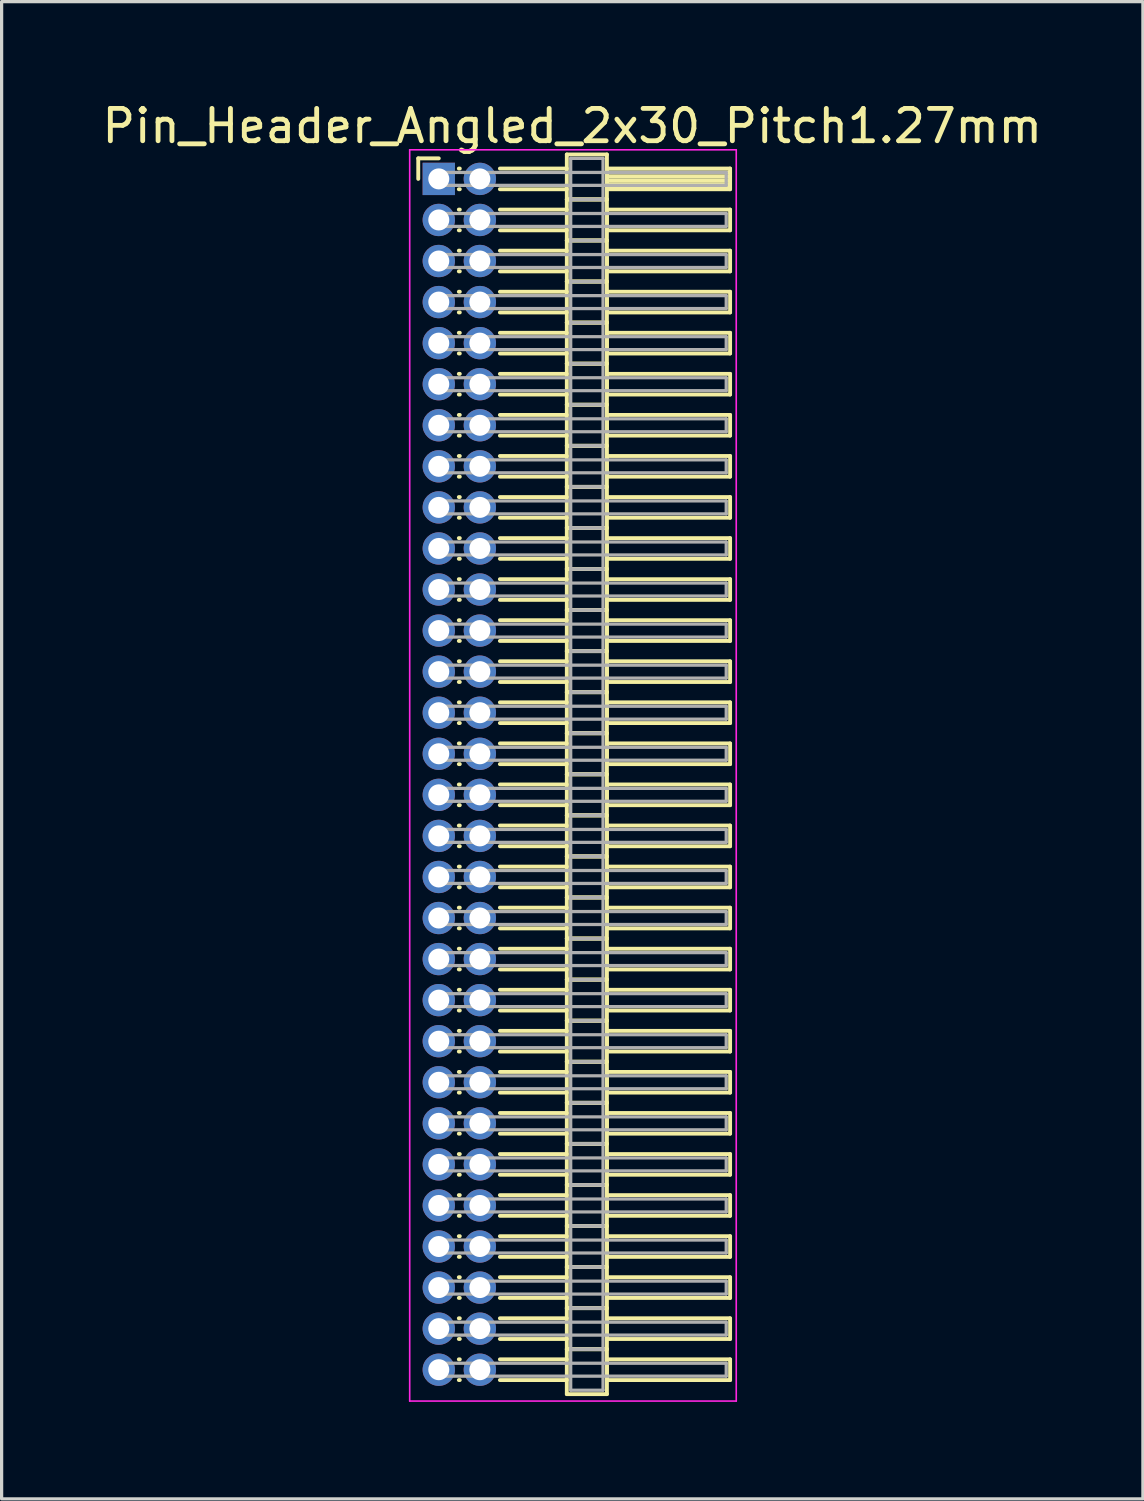
<source format=kicad_pcb>
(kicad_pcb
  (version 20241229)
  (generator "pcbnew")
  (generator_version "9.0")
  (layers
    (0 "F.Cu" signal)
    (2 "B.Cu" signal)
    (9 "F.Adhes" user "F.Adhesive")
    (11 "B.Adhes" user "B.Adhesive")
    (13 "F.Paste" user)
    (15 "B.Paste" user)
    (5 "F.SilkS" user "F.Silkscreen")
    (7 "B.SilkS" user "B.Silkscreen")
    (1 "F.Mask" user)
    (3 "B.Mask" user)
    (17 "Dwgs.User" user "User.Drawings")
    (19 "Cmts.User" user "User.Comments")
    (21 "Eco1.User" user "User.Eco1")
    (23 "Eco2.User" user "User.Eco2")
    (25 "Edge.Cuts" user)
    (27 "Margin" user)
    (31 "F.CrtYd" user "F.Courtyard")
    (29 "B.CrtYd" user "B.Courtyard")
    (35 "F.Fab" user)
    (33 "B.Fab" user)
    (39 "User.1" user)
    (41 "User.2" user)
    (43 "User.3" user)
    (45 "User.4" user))
  (footprint "Pin_Header_Angled_2x30_Pitch1.27mm"
    (layer "F.Cu")
    (at 10.521 2.483)
    (property "Reference" "Pin_Header_Angled_2x30_Pitch1.27mm" (at 4.128 -1.635 0) (layer "F.SilkS") (effects (font (size 1 1) (thickness 0.15))))
    (attr through_hole)
    (fp_line (start -0.635 -0.635) (end 0 -0.635) (stroke (width 0.12) (type solid)) (layer "F.SilkS"))
    (fp_line (start -0.635 0) (end -0.635 -0.635) (stroke (width 0.12) (type solid)) (layer "F.SilkS"))
    (fp_line (start 0.62 -0.32) (end 0.65 -0.32) (stroke (width 0.12) (type solid)) (layer "F.SilkS"))
    (fp_line (start 0.62 0.32) (end 0.65 0.32) (stroke (width 0.12) (type solid)) (layer "F.SilkS"))
    (fp_line (start 0.62 0.95) (end 0.65 0.95) (stroke (width 0.12) (type solid)) (layer "F.SilkS"))
    (fp_line (start 0.62 1.59) (end 0.65 1.59) (stroke (width 0.12) (type solid)) (layer "F.SilkS"))
    (fp_line (start 0.62 2.22) (end 0.65 2.22) (stroke (width 0.12) (type solid)) (layer "F.SilkS"))
    (fp_line (start 0.62 2.86) (end 0.65 2.86) (stroke (width 0.12) (type solid)) (layer "F.SilkS"))
    (fp_line (start 0.62 3.49) (end 0.65 3.49) (stroke (width 0.12) (type solid)) (layer "F.SilkS"))
    (fp_line (start 0.62 4.13) (end 0.65 4.13) (stroke (width 0.12) (type solid)) (layer "F.SilkS"))
    (fp_line (start 0.62 4.76) (end 0.65 4.76) (stroke (width 0.12) (type solid)) (layer "F.SilkS"))
    (fp_line (start 0.62 5.4) (end 0.65 5.4) (stroke (width 0.12) (type solid)) (layer "F.SilkS"))
    (fp_line (start 0.62 6.03) (end 0.65 6.03) (stroke (width 0.12) (type solid)) (layer "F.SilkS"))
    (fp_line (start 0.62 6.67) (end 0.65 6.67) (stroke (width 0.12) (type solid)) (layer "F.SilkS"))
    (fp_line (start 0.62 7.3) (end 0.65 7.3) (stroke (width 0.12) (type solid)) (layer "F.SilkS"))
    (fp_line (start 0.62 7.94) (end 0.65 7.94) (stroke (width 0.12) (type solid)) (layer "F.SilkS"))
    (fp_line (start 0.62 8.57) (end 0.65 8.57) (stroke (width 0.12) (type solid)) (layer "F.SilkS"))
    (fp_line (start 0.62 9.21) (end 0.65 9.21) (stroke (width 0.12) (type solid)) (layer "F.SilkS"))
    (fp_line (start 0.62 9.84) (end 0.65 9.84) (stroke (width 0.12) (type solid)) (layer "F.SilkS"))
    (fp_line (start 0.62 10.48) (end 0.65 10.48) (stroke (width 0.12) (type solid)) (layer "F.SilkS"))
    (fp_line (start 0.62 11.11) (end 0.65 11.11) (stroke (width 0.12) (type solid)) (layer "F.SilkS"))
    (fp_line (start 0.62 11.75) (end 0.65 11.75) (stroke (width 0.12) (type solid)) (layer "F.SilkS"))
    (fp_line (start 0.62 12.38) (end 0.65 12.38) (stroke (width 0.12) (type solid)) (layer "F.SilkS"))
    (fp_line (start 0.62 13.02) (end 0.65 13.02) (stroke (width 0.12) (type solid)) (layer "F.SilkS"))
    (fp_line (start 0.62 13.65) (end 0.65 13.65) (stroke (width 0.12) (type solid)) (layer "F.SilkS"))
    (fp_line (start 0.62 14.29) (end 0.65 14.29) (stroke (width 0.12) (type solid)) (layer "F.SilkS"))
    (fp_line (start 0.62 14.92) (end 0.65 14.92) (stroke (width 0.12) (type solid)) (layer "F.SilkS"))
    (fp_line (start 0.62 15.56) (end 0.65 15.56) (stroke (width 0.12) (type solid)) (layer "F.SilkS"))
    (fp_line (start 0.62 16.19) (end 0.65 16.19) (stroke (width 0.12) (type solid)) (layer "F.SilkS"))
    (fp_line (start 0.62 16.83) (end 0.65 16.83) (stroke (width 0.12) (type solid)) (layer "F.SilkS"))
    (fp_line (start 0.62 17.46) (end 0.65 17.46) (stroke (width 0.12) (type solid)) (layer "F.SilkS"))
    (fp_line (start 0.62 18.1) (end 0.65 18.1) (stroke (width 0.12) (type solid)) (layer "F.SilkS"))
    (fp_line (start 0.62 18.73) (end 0.65 18.73) (stroke (width 0.12) (type solid)) (layer "F.SilkS"))
    (fp_line (start 0.62 19.37) (end 0.65 19.37) (stroke (width 0.12) (type solid)) (layer "F.SilkS"))
    (fp_line (start 0.62 20) (end 0.65 20) (stroke (width 0.12) (type solid)) (layer "F.SilkS"))
    (fp_line (start 0.62 20.64) (end 0.65 20.64) (stroke (width 0.12) (type solid)) (layer "F.SilkS"))
    (fp_line (start 0.62 21.27) (end 0.65 21.27) (stroke (width 0.12) (type solid)) (layer "F.SilkS"))
    (fp_line (start 0.62 21.91) (end 0.65 21.91) (stroke (width 0.12) (type solid)) (layer "F.SilkS"))
    (fp_line (start 0.62 22.54) (end 0.65 22.54) (stroke (width 0.12) (type solid)) (layer "F.SilkS"))
    (fp_line (start 0.62 23.18) (end 0.65 23.18) (stroke (width 0.12) (type solid)) (layer "F.SilkS"))
    (fp_line (start 0.62 23.81) (end 0.65 23.81) (stroke (width 0.12) (type solid)) (layer "F.SilkS"))
    (fp_line (start 0.62 24.45) (end 0.65 24.45) (stroke (width 0.12) (type solid)) (layer "F.SilkS"))
    (fp_line (start 0.62 25.08) (end 0.65 25.08) (stroke (width 0.12) (type solid)) (layer "F.SilkS"))
    (fp_line (start 0.62 25.72) (end 0.65 25.72) (stroke (width 0.12) (type solid)) (layer "F.SilkS"))
    (fp_line (start 0.62 26.35) (end 0.65 26.35) (stroke (width 0.12) (type solid)) (layer "F.SilkS"))
    (fp_line (start 0.62 26.99) (end 0.65 26.99) (stroke (width 0.12) (type solid)) (layer "F.SilkS"))
    (fp_line (start 0.62 27.62) (end 0.65 27.62) (stroke (width 0.12) (type solid)) (layer "F.SilkS"))
    (fp_line (start 0.62 28.26) (end 0.65 28.26) (stroke (width 0.12) (type solid)) (layer "F.SilkS"))
    (fp_line (start 0.62 28.89) (end 0.65 28.89) (stroke (width 0.12) (type solid)) (layer "F.SilkS"))
    (fp_line (start 0.62 29.53) (end 0.65 29.53) (stroke (width 0.12) (type solid)) (layer "F.SilkS"))
    (fp_line (start 0.62 30.16) (end 0.65 30.16) (stroke (width 0.12) (type solid)) (layer "F.SilkS"))
    (fp_line (start 0.62 30.8) (end 0.65 30.8) (stroke (width 0.12) (type solid)) (layer "F.SilkS"))
    (fp_line (start 0.62 31.43) (end 0.65 31.43) (stroke (width 0.12) (type solid)) (layer "F.SilkS"))
    (fp_line (start 0.62 32.07) (end 0.65 32.07) (stroke (width 0.12) (type solid)) (layer "F.SilkS"))
    (fp_line (start 0.62 32.7) (end 0.65 32.7) (stroke (width 0.12) (type solid)) (layer "F.SilkS"))
    (fp_line (start 0.62 33.34) (end 0.65 33.34) (stroke (width 0.12) (type solid)) (layer "F.SilkS"))
    (fp_line (start 0.62 33.97) (end 0.65 33.97) (stroke (width 0.12) (type solid)) (layer "F.SilkS"))
    (fp_line (start 0.62 34.61) (end 0.65 34.61) (stroke (width 0.12) (type solid)) (layer "F.SilkS"))
    (fp_line (start 0.62 35.24) (end 0.65 35.24) (stroke (width 0.12) (type solid)) (layer "F.SilkS"))
    (fp_line (start 0.62 35.88) (end 0.65 35.88) (stroke (width 0.12) (type solid)) (layer "F.SilkS"))
    (fp_line (start 0.62 36.51) (end 0.65 36.51) (stroke (width 0.12) (type solid)) (layer "F.SilkS"))
    (fp_line (start 0.62 37.15) (end 0.65 37.15) (stroke (width 0.12) (type solid)) (layer "F.SilkS"))
    (fp_line (start 1.89 -0.32) (end 3.96 -0.32) (stroke (width 0.12) (type solid)) (layer "F.SilkS"))
    (fp_line (start 1.89 0.32) (end 3.96 0.32) (stroke (width 0.12) (type solid)) (layer "F.SilkS"))
    (fp_line (start 1.89 0.95) (end 3.96 0.95) (stroke (width 0.12) (type solid)) (layer "F.SilkS"))
    (fp_line (start 1.89 1.59) (end 3.96 1.59) (stroke (width 0.12) (type solid)) (layer "F.SilkS"))
    (fp_line (start 1.89 2.22) (end 3.96 2.22) (stroke (width 0.12) (type solid)) (layer "F.SilkS"))
    (fp_line (start 1.89 2.86) (end 3.96 2.86) (stroke (width 0.12) (type solid)) (layer "F.SilkS"))
    (fp_line (start 1.89 3.49) (end 3.96 3.49) (stroke (width 0.12) (type solid)) (layer "F.SilkS"))
    (fp_line (start 1.89 4.13) (end 3.96 4.13) (stroke (width 0.12) (type solid)) (layer "F.SilkS"))
    (fp_line (start 1.89 4.76) (end 3.96 4.76) (stroke (width 0.12) (type solid)) (layer "F.SilkS"))
    (fp_line (start 1.89 5.4) (end 3.96 5.4) (stroke (width 0.12) (type solid)) (layer "F.SilkS"))
    (fp_line (start 1.89 6.03) (end 3.96 6.03) (stroke (width 0.12) (type solid)) (layer "F.SilkS"))
    (fp_line (start 1.89 6.67) (end 3.96 6.67) (stroke (width 0.12) (type solid)) (layer "F.SilkS"))
    (fp_line (start 1.89 7.3) (end 3.96 7.3) (stroke (width 0.12) (type solid)) (layer "F.SilkS"))
    (fp_line (start 1.89 7.94) (end 3.96 7.94) (stroke (width 0.12) (type solid)) (layer "F.SilkS"))
    (fp_line (start 1.89 8.57) (end 3.96 8.57) (stroke (width 0.12) (type solid)) (layer "F.SilkS"))
    (fp_line (start 1.89 9.21) (end 3.96 9.21) (stroke (width 0.12) (type solid)) (layer "F.SilkS"))
    (fp_line (start 1.89 9.84) (end 3.96 9.84) (stroke (width 0.12) (type solid)) (layer "F.SilkS"))
    (fp_line (start 1.89 10.48) (end 3.96 10.48) (stroke (width 0.12) (type solid)) (layer "F.SilkS"))
    (fp_line (start 1.89 11.11) (end 3.96 11.11) (stroke (width 0.12) (type solid)) (layer "F.SilkS"))
    (fp_line (start 1.89 11.75) (end 3.96 11.75) (stroke (width 0.12) (type solid)) (layer "F.SilkS"))
    (fp_line (start 1.89 12.38) (end 3.96 12.38) (stroke (width 0.12) (type solid)) (layer "F.SilkS"))
    (fp_line (start 1.89 13.02) (end 3.96 13.02) (stroke (width 0.12) (type solid)) (layer "F.SilkS"))
    (fp_line (start 1.89 13.65) (end 3.96 13.65) (stroke (width 0.12) (type solid)) (layer "F.SilkS"))
    (fp_line (start 1.89 14.29) (end 3.96 14.29) (stroke (width 0.12) (type solid)) (layer "F.SilkS"))
    (fp_line (start 1.89 14.92) (end 3.96 14.92) (stroke (width 0.12) (type solid)) (layer "F.SilkS"))
    (fp_line (start 1.89 15.56) (end 3.96 15.56) (stroke (width 0.12) (type solid)) (layer "F.SilkS"))
    (fp_line (start 1.89 16.19) (end 3.96 16.19) (stroke (width 0.12) (type solid)) (layer "F.SilkS"))
    (fp_line (start 1.89 16.83) (end 3.96 16.83) (stroke (width 0.12) (type solid)) (layer "F.SilkS"))
    (fp_line (start 1.89 17.46) (end 3.96 17.46) (stroke (width 0.12) (type solid)) (layer "F.SilkS"))
    (fp_line (start 1.89 18.1) (end 3.96 18.1) (stroke (width 0.12) (type solid)) (layer "F.SilkS"))
    (fp_line (start 1.89 18.73) (end 3.96 18.73) (stroke (width 0.12) (type solid)) (layer "F.SilkS"))
    (fp_line (start 1.89 19.37) (end 3.96 19.37) (stroke (width 0.12) (type solid)) (layer "F.SilkS"))
    (fp_line (start 1.89 20) (end 3.96 20) (stroke (width 0.12) (type solid)) (layer "F.SilkS"))
    (fp_line (start 1.89 20.64) (end 3.96 20.64) (stroke (width 0.12) (type solid)) (layer "F.SilkS"))
    (fp_line (start 1.89 21.27) (end 3.96 21.27) (stroke (width 0.12) (type solid)) (layer "F.SilkS"))
    (fp_line (start 1.89 21.91) (end 3.96 21.91) (stroke (width 0.12) (type solid)) (layer "F.SilkS"))
    (fp_line (start 1.89 22.54) (end 3.96 22.54) (stroke (width 0.12) (type solid)) (layer "F.SilkS"))
    (fp_line (start 1.89 23.18) (end 3.96 23.18) (stroke (width 0.12) (type solid)) (layer "F.SilkS"))
    (fp_line (start 1.89 23.81) (end 3.96 23.81) (stroke (width 0.12) (type solid)) (layer "F.SilkS"))
    (fp_line (start 1.89 24.45) (end 3.96 24.45) (stroke (width 0.12) (type solid)) (layer "F.SilkS"))
    (fp_line (start 1.89 25.08) (end 3.96 25.08) (stroke (width 0.12) (type solid)) (layer "F.SilkS"))
    (fp_line (start 1.89 25.72) (end 3.96 25.72) (stroke (width 0.12) (type solid)) (layer "F.SilkS"))
    (fp_line (start 1.89 26.35) (end 3.96 26.35) (stroke (width 0.12) (type solid)) (layer "F.SilkS"))
    (fp_line (start 1.89 26.99) (end 3.96 26.99) (stroke (width 0.12) (type solid)) (layer "F.SilkS"))
    (fp_line (start 1.89 27.62) (end 3.96 27.62) (stroke (width 0.12) (type solid)) (layer "F.SilkS"))
    (fp_line (start 1.89 28.26) (end 3.96 28.26) (stroke (width 0.12) (type solid)) (layer "F.SilkS"))
    (fp_line (start 1.89 28.89) (end 3.96 28.89) (stroke (width 0.12) (type solid)) (layer "F.SilkS"))
    (fp_line (start 1.89 29.53) (end 3.96 29.53) (stroke (width 0.12) (type solid)) (layer "F.SilkS"))
    (fp_line (start 1.89 30.16) (end 3.96 30.16) (stroke (width 0.12) (type solid)) (layer "F.SilkS"))
    (fp_line (start 1.89 30.8) (end 3.96 30.8) (stroke (width 0.12) (type solid)) (layer "F.SilkS"))
    (fp_line (start 1.89 31.43) (end 3.96 31.43) (stroke (width 0.12) (type solid)) (layer "F.SilkS"))
    (fp_line (start 1.89 32.07) (end 3.96 32.07) (stroke (width 0.12) (type solid)) (layer "F.SilkS"))
    (fp_line (start 1.89 32.7) (end 3.96 32.7) (stroke (width 0.12) (type solid)) (layer "F.SilkS"))
    (fp_line (start 1.89 33.34) (end 3.96 33.34) (stroke (width 0.12) (type solid)) (layer "F.SilkS"))
    (fp_line (start 1.89 33.97) (end 3.96 33.97) (stroke (width 0.12) (type solid)) (layer "F.SilkS"))
    (fp_line (start 1.89 34.61) (end 3.96 34.61) (stroke (width 0.12) (type solid)) (layer "F.SilkS"))
    (fp_line (start 1.89 35.24) (end 3.96 35.24) (stroke (width 0.12) (type solid)) (layer "F.SilkS"))
    (fp_line (start 1.89 35.88) (end 3.96 35.88) (stroke (width 0.12) (type solid)) (layer "F.SilkS"))
    (fp_line (start 1.89 36.51) (end 3.96 36.51) (stroke (width 0.12) (type solid)) (layer "F.SilkS"))
    (fp_line (start 1.89 37.15) (end 3.96 37.15) (stroke (width 0.12) (type solid)) (layer "F.SilkS"))
    (fp_line (start 3.96 -0.755) (end 3.96 0.635) (stroke (width 0.12) (type solid)) (layer "F.SilkS"))
    (fp_line (start 3.96 0.635) (end 3.96 1.905) (stroke (width 0.12) (type solid)) (layer "F.SilkS"))
    (fp_line (start 3.96 0.635) (end 5.2 0.635) (stroke (width 0.12) (type solid)) (layer "F.SilkS"))
    (fp_line (start 3.96 1.905) (end 3.96 3.175) (stroke (width 0.12) (type solid)) (layer "F.SilkS"))
    (fp_line (start 3.96 1.905) (end 5.2 1.905) (stroke (width 0.12) (type solid)) (layer "F.SilkS"))
    (fp_line (start 3.96 3.175) (end 3.96 4.445) (stroke (width 0.12) (type solid)) (layer "F.SilkS"))
    (fp_line (start 3.96 3.175) (end 5.2 3.175) (stroke (width 0.12) (type solid)) (layer "F.SilkS"))
    (fp_line (start 3.96 4.445) (end 3.96 5.715) (stroke (width 0.12) (type solid)) (layer "F.SilkS"))
    (fp_line (start 3.96 4.445) (end 5.2 4.445) (stroke (width 0.12) (type solid)) (layer "F.SilkS"))
    (fp_line (start 3.96 5.715) (end 3.96 6.985) (stroke (width 0.12) (type solid)) (layer "F.SilkS"))
    (fp_line (start 3.96 5.715) (end 5.2 5.715) (stroke (width 0.12) (type solid)) (layer "F.SilkS"))
    (fp_line (start 3.96 6.985) (end 3.96 8.255) (stroke (width 0.12) (type solid)) (layer "F.SilkS"))
    (fp_line (start 3.96 6.985) (end 5.2 6.985) (stroke (width 0.12) (type solid)) (layer "F.SilkS"))
    (fp_line (start 3.96 8.255) (end 3.96 9.525) (stroke (width 0.12) (type solid)) (layer "F.SilkS"))
    (fp_line (start 3.96 8.255) (end 5.2 8.255) (stroke (width 0.12) (type solid)) (layer "F.SilkS"))
    (fp_line (start 3.96 9.525) (end 3.96 10.795) (stroke (width 0.12) (type solid)) (layer "F.SilkS"))
    (fp_line (start 3.96 9.525) (end 5.2 9.525) (stroke (width 0.12) (type solid)) (layer "F.SilkS"))
    (fp_line (start 3.96 10.795) (end 3.96 12.065) (stroke (width 0.12) (type solid)) (layer "F.SilkS"))
    (fp_line (start 3.96 10.795) (end 5.2 10.795) (stroke (width 0.12) (type solid)) (layer "F.SilkS"))
    (fp_line (start 3.96 12.065) (end 3.96 13.335) (stroke (width 0.12) (type solid)) (layer "F.SilkS"))
    (fp_line (start 3.96 12.065) (end 5.2 12.065) (stroke (width 0.12) (type solid)) (layer "F.SilkS"))
    (fp_line (start 3.96 13.335) (end 3.96 14.605) (stroke (width 0.12) (type solid)) (layer "F.SilkS"))
    (fp_line (start 3.96 13.335) (end 5.2 13.335) (stroke (width 0.12) (type solid)) (layer "F.SilkS"))
    (fp_line (start 3.96 14.605) (end 3.96 15.875) (stroke (width 0.12) (type solid)) (layer "F.SilkS"))
    (fp_line (start 3.96 14.605) (end 5.2 14.605) (stroke (width 0.12) (type solid)) (layer "F.SilkS"))
    (fp_line (start 3.96 15.875) (end 3.96 17.145) (stroke (width 0.12) (type solid)) (layer "F.SilkS"))
    (fp_line (start 3.96 15.875) (end 5.2 15.875) (stroke (width 0.12) (type solid)) (layer "F.SilkS"))
    (fp_line (start 3.96 17.145) (end 3.96 18.415) (stroke (width 0.12) (type solid)) (layer "F.SilkS"))
    (fp_line (start 3.96 17.145) (end 5.2 17.145) (stroke (width 0.12) (type solid)) (layer "F.SilkS"))
    (fp_line (start 3.96 18.415) (end 3.96 19.685) (stroke (width 0.12) (type solid)) (layer "F.SilkS"))
    (fp_line (start 3.96 18.415) (end 5.2 18.415) (stroke (width 0.12) (type solid)) (layer "F.SilkS"))
    (fp_line (start 3.96 19.685) (end 3.96 20.955) (stroke (width 0.12) (type solid)) (layer "F.SilkS"))
    (fp_line (start 3.96 19.685) (end 5.2 19.685) (stroke (width 0.12) (type solid)) (layer "F.SilkS"))
    (fp_line (start 3.96 20.955) (end 3.96 22.225) (stroke (width 0.12) (type solid)) (layer "F.SilkS"))
    (fp_line (start 3.96 20.955) (end 5.2 20.955) (stroke (width 0.12) (type solid)) (layer "F.SilkS"))
    (fp_line (start 3.96 22.225) (end 3.96 23.495) (stroke (width 0.12) (type solid)) (layer "F.SilkS"))
    (fp_line (start 3.96 22.225) (end 5.2 22.225) (stroke (width 0.12) (type solid)) (layer "F.SilkS"))
    (fp_line (start 3.96 23.495) (end 3.96 24.765) (stroke (width 0.12) (type solid)) (layer "F.SilkS"))
    (fp_line (start 3.96 23.495) (end 5.2 23.495) (stroke (width 0.12) (type solid)) (layer "F.SilkS"))
    (fp_line (start 3.96 24.765) (end 3.96 26.035) (stroke (width 0.12) (type solid)) (layer "F.SilkS"))
    (fp_line (start 3.96 24.765) (end 5.2 24.765) (stroke (width 0.12) (type solid)) (layer "F.SilkS"))
    (fp_line (start 3.96 26.035) (end 3.96 27.305) (stroke (width 0.12) (type solid)) (layer "F.SilkS"))
    (fp_line (start 3.96 26.035) (end 5.2 26.035) (stroke (width 0.12) (type solid)) (layer "F.SilkS"))
    (fp_line (start 3.96 27.305) (end 3.96 28.575) (stroke (width 0.12) (type solid)) (layer "F.SilkS"))
    (fp_line (start 3.96 27.305) (end 5.2 27.305) (stroke (width 0.12) (type solid)) (layer "F.SilkS"))
    (fp_line (start 3.96 28.575) (end 3.96 29.845) (stroke (width 0.12) (type solid)) (layer "F.SilkS"))
    (fp_line (start 3.96 28.575) (end 5.2 28.575) (stroke (width 0.12) (type solid)) (layer "F.SilkS"))
    (fp_line (start 3.96 29.845) (end 3.96 31.115) (stroke (width 0.12) (type solid)) (layer "F.SilkS"))
    (fp_line (start 3.96 29.845) (end 5.2 29.845) (stroke (width 0.12) (type solid)) (layer "F.SilkS"))
    (fp_line (start 3.96 31.115) (end 3.96 32.385) (stroke (width 0.12) (type solid)) (layer "F.SilkS"))
    (fp_line (start 3.96 31.115) (end 5.2 31.115) (stroke (width 0.12) (type solid)) (layer "F.SilkS"))
    (fp_line (start 3.96 32.385) (end 3.96 33.655) (stroke (width 0.12) (type solid)) (layer "F.SilkS"))
    (fp_line (start 3.96 32.385) (end 5.2 32.385) (stroke (width 0.12) (type solid)) (layer "F.SilkS"))
    (fp_line (start 3.96 33.655) (end 3.96 34.925) (stroke (width 0.12) (type solid)) (layer "F.SilkS"))
    (fp_line (start 3.96 33.655) (end 5.2 33.655) (stroke (width 0.12) (type solid)) (layer "F.SilkS"))
    (fp_line (start 3.96 34.925) (end 3.96 36.195) (stroke (width 0.12) (type solid)) (layer "F.SilkS"))
    (fp_line (start 3.96 34.925) (end 5.2 34.925) (stroke (width 0.12) (type solid)) (layer "F.SilkS"))
    (fp_line (start 3.96 36.195) (end 3.96 37.585) (stroke (width 0.12) (type solid)) (layer "F.SilkS"))
    (fp_line (start 3.96 36.195) (end 5.2 36.195) (stroke (width 0.12) (type solid)) (layer "F.SilkS"))
    (fp_line (start 3.96 37.585) (end 5.2 37.585) (stroke (width 0.12) (type solid)) (layer "F.SilkS"))
    (fp_line (start 5.2 -0.755) (end 3.96 -0.755) (stroke (width 0.12) (type solid)) (layer "F.SilkS"))
    (fp_line (start 5.2 -0.32) (end 5.2 0.32) (stroke (width 0.12) (type solid)) (layer "F.SilkS"))
    (fp_line (start 5.2 -0.2) (end 9.01 -0.2) (stroke (width 0.12) (type solid)) (layer "F.SilkS"))
    (fp_line (start 5.2 -0.08) (end 9.01 -0.08) (stroke (width 0.12) (type solid)) (layer "F.SilkS"))
    (fp_line (start 5.2 0.04) (end 9.01 0.04) (stroke (width 0.12) (type solid)) (layer "F.SilkS"))
    (fp_line (start 5.2 0.16) (end 9.01 0.16) (stroke (width 0.12) (type solid)) (layer "F.SilkS"))
    (fp_line (start 5.2 0.28) (end 9.01 0.28) (stroke (width 0.12) (type solid)) (layer "F.SilkS"))
    (fp_line (start 5.2 0.32) (end 9.01 0.32) (stroke (width 0.12) (type solid)) (layer "F.SilkS"))
    (fp_line (start 5.2 0.635) (end 3.96 0.635) (stroke (width 0.12) (type solid)) (layer "F.SilkS"))
    (fp_line (start 5.2 0.635) (end 5.2 -0.755) (stroke (width 0.12) (type solid)) (layer "F.SilkS"))
    (fp_line (start 5.2 0.95) (end 5.2 1.59) (stroke (width 0.12) (type solid)) (layer "F.SilkS"))
    (fp_line (start 5.2 1.59) (end 9.01 1.59) (stroke (width 0.12) (type solid)) (layer "F.SilkS"))
    (fp_line (start 5.2 1.905) (end 3.96 1.905) (stroke (width 0.12) (type solid)) (layer "F.SilkS"))
    (fp_line (start 5.2 1.905) (end 5.2 0.635) (stroke (width 0.12) (type solid)) (layer "F.SilkS"))
    (fp_line (start 5.2 2.22) (end 5.2 2.86) (stroke (width 0.12) (type solid)) (layer "F.SilkS"))
    (fp_line (start 5.2 2.86) (end 9.01 2.86) (stroke (width 0.12) (type solid)) (layer "F.SilkS"))
    (fp_line (start 5.2 3.175) (end 3.96 3.175) (stroke (width 0.12) (type solid)) (layer "F.SilkS"))
    (fp_line (start 5.2 3.175) (end 5.2 1.905) (stroke (width 0.12) (type solid)) (layer "F.SilkS"))
    (fp_line (start 5.2 3.49) (end 5.2 4.13) (stroke (width 0.12) (type solid)) (layer "F.SilkS"))
    (fp_line (start 5.2 4.13) (end 9.01 4.13) (stroke (width 0.12) (type solid)) (layer "F.SilkS"))
    (fp_line (start 5.2 4.445) (end 3.96 4.445) (stroke (width 0.12) (type solid)) (layer "F.SilkS"))
    (fp_line (start 5.2 4.445) (end 5.2 3.175) (stroke (width 0.12) (type solid)) (layer "F.SilkS"))
    (fp_line (start 5.2 4.76) (end 5.2 5.4) (stroke (width 0.12) (type solid)) (layer "F.SilkS"))
    (fp_line (start 5.2 5.4) (end 9.01 5.4) (stroke (width 0.12) (type solid)) (layer "F.SilkS"))
    (fp_line (start 5.2 5.715) (end 3.96 5.715) (stroke (width 0.12) (type solid)) (layer "F.SilkS"))
    (fp_line (start 5.2 5.715) (end 5.2 4.445) (stroke (width 0.12) (type solid)) (layer "F.SilkS"))
    (fp_line (start 5.2 6.03) (end 5.2 6.67) (stroke (width 0.12) (type solid)) (layer "F.SilkS"))
    (fp_line (start 5.2 6.67) (end 9.01 6.67) (stroke (width 0.12) (type solid)) (layer "F.SilkS"))
    (fp_line (start 5.2 6.985) (end 3.96 6.985) (stroke (width 0.12) (type solid)) (layer "F.SilkS"))
    (fp_line (start 5.2 6.985) (end 5.2 5.715) (stroke (width 0.12) (type solid)) (layer "F.SilkS"))
    (fp_line (start 5.2 7.3) (end 5.2 7.94) (stroke (width 0.12) (type solid)) (layer "F.SilkS"))
    (fp_line (start 5.2 7.94) (end 9.01 7.94) (stroke (width 0.12) (type solid)) (layer "F.SilkS"))
    (fp_line (start 5.2 8.255) (end 3.96 8.255) (stroke (width 0.12) (type solid)) (layer "F.SilkS"))
    (fp_line (start 5.2 8.255) (end 5.2 6.985) (stroke (width 0.12) (type solid)) (layer "F.SilkS"))
    (fp_line (start 5.2 8.57) (end 5.2 9.21) (stroke (width 0.12) (type solid)) (layer "F.SilkS"))
    (fp_line (start 5.2 9.21) (end 9.01 9.21) (stroke (width 0.12) (type solid)) (layer "F.SilkS"))
    (fp_line (start 5.2 9.525) (end 3.96 9.525) (stroke (width 0.12) (type solid)) (layer "F.SilkS"))
    (fp_line (start 5.2 9.525) (end 5.2 8.255) (stroke (width 0.12) (type solid)) (layer "F.SilkS"))
    (fp_line (start 5.2 9.84) (end 5.2 10.48) (stroke (width 0.12) (type solid)) (layer "F.SilkS"))
    (fp_line (start 5.2 10.48) (end 9.01 10.48) (stroke (width 0.12) (type solid)) (layer "F.SilkS"))
    (fp_line (start 5.2 10.795) (end 3.96 10.795) (stroke (width 0.12) (type solid)) (layer "F.SilkS"))
    (fp_line (start 5.2 10.795) (end 5.2 9.525) (stroke (width 0.12) (type solid)) (layer "F.SilkS"))
    (fp_line (start 5.2 11.11) (end 5.2 11.75) (stroke (width 0.12) (type solid)) (layer "F.SilkS"))
    (fp_line (start 5.2 11.75) (end 9.01 11.75) (stroke (width 0.12) (type solid)) (layer "F.SilkS"))
    (fp_line (start 5.2 12.065) (end 3.96 12.065) (stroke (width 0.12) (type solid)) (layer "F.SilkS"))
    (fp_line (start 5.2 12.065) (end 5.2 10.795) (stroke (width 0.12) (type solid)) (layer "F.SilkS"))
    (fp_line (start 5.2 12.38) (end 5.2 13.02) (stroke (width 0.12) (type solid)) (layer "F.SilkS"))
    (fp_line (start 5.2 13.02) (end 9.01 13.02) (stroke (width 0.12) (type solid)) (layer "F.SilkS"))
    (fp_line (start 5.2 13.335) (end 3.96 13.335) (stroke (width 0.12) (type solid)) (layer "F.SilkS"))
    (fp_line (start 5.2 13.335) (end 5.2 12.065) (stroke (width 0.12) (type solid)) (layer "F.SilkS"))
    (fp_line (start 5.2 13.65) (end 5.2 14.29) (stroke (width 0.12) (type solid)) (layer "F.SilkS"))
    (fp_line (start 5.2 14.29) (end 9.01 14.29) (stroke (width 0.12) (type solid)) (layer "F.SilkS"))
    (fp_line (start 5.2 14.605) (end 3.96 14.605) (stroke (width 0.12) (type solid)) (layer "F.SilkS"))
    (fp_line (start 5.2 14.605) (end 5.2 13.335) (stroke (width 0.12) (type solid)) (layer "F.SilkS"))
    (fp_line (start 5.2 14.92) (end 5.2 15.56) (stroke (width 0.12) (type solid)) (layer "F.SilkS"))
    (fp_line (start 5.2 15.56) (end 9.01 15.56) (stroke (width 0.12) (type solid)) (layer "F.SilkS"))
    (fp_line (start 5.2 15.875) (end 3.96 15.875) (stroke (width 0.12) (type solid)) (layer "F.SilkS"))
    (fp_line (start 5.2 15.875) (end 5.2 14.605) (stroke (width 0.12) (type solid)) (layer "F.SilkS"))
    (fp_line (start 5.2 16.19) (end 5.2 16.83) (stroke (width 0.12) (type solid)) (layer "F.SilkS"))
    (fp_line (start 5.2 16.83) (end 9.01 16.83) (stroke (width 0.12) (type solid)) (layer "F.SilkS"))
    (fp_line (start 5.2 17.145) (end 3.96 17.145) (stroke (width 0.12) (type solid)) (layer "F.SilkS"))
    (fp_line (start 5.2 17.145) (end 5.2 15.875) (stroke (width 0.12) (type solid)) (layer "F.SilkS"))
    (fp_line (start 5.2 17.46) (end 5.2 18.1) (stroke (width 0.12) (type solid)) (layer "F.SilkS"))
    (fp_line (start 5.2 18.1) (end 9.01 18.1) (stroke (width 0.12) (type solid)) (layer "F.SilkS"))
    (fp_line (start 5.2 18.415) (end 3.96 18.415) (stroke (width 0.12) (type solid)) (layer "F.SilkS"))
    (fp_line (start 5.2 18.415) (end 5.2 17.145) (stroke (width 0.12) (type solid)) (layer "F.SilkS"))
    (fp_line (start 5.2 18.73) (end 5.2 19.37) (stroke (width 0.12) (type solid)) (layer "F.SilkS"))
    (fp_line (start 5.2 19.37) (end 9.01 19.37) (stroke (width 0.12) (type solid)) (layer "F.SilkS"))
    (fp_line (start 5.2 19.685) (end 3.96 19.685) (stroke (width 0.12) (type solid)) (layer "F.SilkS"))
    (fp_line (start 5.2 19.685) (end 5.2 18.415) (stroke (width 0.12) (type solid)) (layer "F.SilkS"))
    (fp_line (start 5.2 20) (end 5.2 20.64) (stroke (width 0.12) (type solid)) (layer "F.SilkS"))
    (fp_line (start 5.2 20.64) (end 9.01 20.64) (stroke (width 0.12) (type solid)) (layer "F.SilkS"))
    (fp_line (start 5.2 20.955) (end 3.96 20.955) (stroke (width 0.12) (type solid)) (layer "F.SilkS"))
    (fp_line (start 5.2 20.955) (end 5.2 19.685) (stroke (width 0.12) (type solid)) (layer "F.SilkS"))
    (fp_line (start 5.2 21.27) (end 5.2 21.91) (stroke (width 0.12) (type solid)) (layer "F.SilkS"))
    (fp_line (start 5.2 21.91) (end 9.01 21.91) (stroke (width 0.12) (type solid)) (layer "F.SilkS"))
    (fp_line (start 5.2 22.225) (end 3.96 22.225) (stroke (width 0.12) (type solid)) (layer "F.SilkS"))
    (fp_line (start 5.2 22.225) (end 5.2 20.955) (stroke (width 0.12) (type solid)) (layer "F.SilkS"))
    (fp_line (start 5.2 22.54) (end 5.2 23.18) (stroke (width 0.12) (type solid)) (layer "F.SilkS"))
    (fp_line (start 5.2 23.18) (end 9.01 23.18) (stroke (width 0.12) (type solid)) (layer "F.SilkS"))
    (fp_line (start 5.2 23.495) (end 3.96 23.495) (stroke (width 0.12) (type solid)) (layer "F.SilkS"))
    (fp_line (start 5.2 23.495) (end 5.2 22.225) (stroke (width 0.12) (type solid)) (layer "F.SilkS"))
    (fp_line (start 5.2 23.81) (end 5.2 24.45) (stroke (width 0.12) (type solid)) (layer "F.SilkS"))
    (fp_line (start 5.2 24.45) (end 9.01 24.45) (stroke (width 0.12) (type solid)) (layer "F.SilkS"))
    (fp_line (start 5.2 24.765) (end 3.96 24.765) (stroke (width 0.12) (type solid)) (layer "F.SilkS"))
    (fp_line (start 5.2 24.765) (end 5.2 23.495) (stroke (width 0.12) (type solid)) (layer "F.SilkS"))
    (fp_line (start 5.2 25.08) (end 5.2 25.72) (stroke (width 0.12) (type solid)) (layer "F.SilkS"))
    (fp_line (start 5.2 25.72) (end 9.01 25.72) (stroke (width 0.12) (type solid)) (layer "F.SilkS"))
    (fp_line (start 5.2 26.035) (end 3.96 26.035) (stroke (width 0.12) (type solid)) (layer "F.SilkS"))
    (fp_line (start 5.2 26.035) (end 5.2 24.765) (stroke (width 0.12) (type solid)) (layer "F.SilkS"))
    (fp_line (start 5.2 26.35) (end 5.2 26.99) (stroke (width 0.12) (type solid)) (layer "F.SilkS"))
    (fp_line (start 5.2 26.99) (end 9.01 26.99) (stroke (width 0.12) (type solid)) (layer "F.SilkS"))
    (fp_line (start 5.2 27.305) (end 3.96 27.305) (stroke (width 0.12) (type solid)) (layer "F.SilkS"))
    (fp_line (start 5.2 27.305) (end 5.2 26.035) (stroke (width 0.12) (type solid)) (layer "F.SilkS"))
    (fp_line (start 5.2 27.62) (end 5.2 28.26) (stroke (width 0.12) (type solid)) (layer "F.SilkS"))
    (fp_line (start 5.2 28.26) (end 9.01 28.26) (stroke (width 0.12) (type solid)) (layer "F.SilkS"))
    (fp_line (start 5.2 28.575) (end 3.96 28.575) (stroke (width 0.12) (type solid)) (layer "F.SilkS"))
    (fp_line (start 5.2 28.575) (end 5.2 27.305) (stroke (width 0.12) (type solid)) (layer "F.SilkS"))
    (fp_line (start 5.2 28.89) (end 5.2 29.53) (stroke (width 0.12) (type solid)) (layer "F.SilkS"))
    (fp_line (start 5.2 29.53) (end 9.01 29.53) (stroke (width 0.12) (type solid)) (layer "F.SilkS"))
    (fp_line (start 5.2 29.845) (end 3.96 29.845) (stroke (width 0.12) (type solid)) (layer "F.SilkS"))
    (fp_line (start 5.2 29.845) (end 5.2 28.575) (stroke (width 0.12) (type solid)) (layer "F.SilkS"))
    (fp_line (start 5.2 30.16) (end 5.2 30.8) (stroke (width 0.12) (type solid)) (layer "F.SilkS"))
    (fp_line (start 5.2 30.8) (end 9.01 30.8) (stroke (width 0.12) (type solid)) (layer "F.SilkS"))
    (fp_line (start 5.2 31.115) (end 3.96 31.115) (stroke (width 0.12) (type solid)) (layer "F.SilkS"))
    (fp_line (start 5.2 31.115) (end 5.2 29.845) (stroke (width 0.12) (type solid)) (layer "F.SilkS"))
    (fp_line (start 5.2 31.43) (end 5.2 32.07) (stroke (width 0.12) (type solid)) (layer "F.SilkS"))
    (fp_line (start 5.2 32.07) (end 9.01 32.07) (stroke (width 0.12) (type solid)) (layer "F.SilkS"))
    (fp_line (start 5.2 32.385) (end 3.96 32.385) (stroke (width 0.12) (type solid)) (layer "F.SilkS"))
    (fp_line (start 5.2 32.385) (end 5.2 31.115) (stroke (width 0.12) (type solid)) (layer "F.SilkS"))
    (fp_line (start 5.2 32.7) (end 5.2 33.34) (stroke (width 0.12) (type solid)) (layer "F.SilkS"))
    (fp_line (start 5.2 33.34) (end 9.01 33.34) (stroke (width 0.12) (type solid)) (layer "F.SilkS"))
    (fp_line (start 5.2 33.655) (end 3.96 33.655) (stroke (width 0.12) (type solid)) (layer "F.SilkS"))
    (fp_line (start 5.2 33.655) (end 5.2 32.385) (stroke (width 0.12) (type solid)) (layer "F.SilkS"))
    (fp_line (start 5.2 33.97) (end 5.2 34.61) (stroke (width 0.12) (type solid)) (layer "F.SilkS"))
    (fp_line (start 5.2 34.61) (end 9.01 34.61) (stroke (width 0.12) (type solid)) (layer "F.SilkS"))
    (fp_line (start 5.2 34.925) (end 3.96 34.925) (stroke (width 0.12) (type solid)) (layer "F.SilkS"))
    (fp_line (start 5.2 34.925) (end 5.2 33.655) (stroke (width 0.12) (type solid)) (layer "F.SilkS"))
    (fp_line (start 5.2 35.24) (end 5.2 35.88) (stroke (width 0.12) (type solid)) (layer "F.SilkS"))
    (fp_line (start 5.2 35.88) (end 9.01 35.88) (stroke (width 0.12) (type solid)) (layer "F.SilkS"))
    (fp_line (start 5.2 36.195) (end 3.96 36.195) (stroke (width 0.12) (type solid)) (layer "F.SilkS"))
    (fp_line (start 5.2 36.195) (end 5.2 34.925) (stroke (width 0.12) (type solid)) (layer "F.SilkS"))
    (fp_line (start 5.2 36.51) (end 5.2 37.15) (stroke (width 0.12) (type solid)) (layer "F.SilkS"))
    (fp_line (start 5.2 37.15) (end 9.01 37.15) (stroke (width 0.12) (type solid)) (layer "F.SilkS"))
    (fp_line (start 5.2 37.585) (end 5.2 36.195) (stroke (width 0.12) (type solid)) (layer "F.SilkS"))
    (fp_line (start 9.01 -0.32) (end 5.2 -0.32) (stroke (width 0.12) (type solid)) (layer "F.SilkS"))
    (fp_line (start 9.01 0.32) (end 9.01 -0.32) (stroke (width 0.12) (type solid)) (layer "F.SilkS"))
    (fp_line (start 9.01 0.95) (end 5.2 0.95) (stroke (width 0.12) (type solid)) (layer "F.SilkS"))
    (fp_line (start 9.01 1.59) (end 9.01 0.95) (stroke (width 0.12) (type solid)) (layer "F.SilkS"))
    (fp_line (start 9.01 2.22) (end 5.2 2.22) (stroke (width 0.12) (type solid)) (layer "F.SilkS"))
    (fp_line (start 9.01 2.86) (end 9.01 2.22) (stroke (width 0.12) (type solid)) (layer "F.SilkS"))
    (fp_line (start 9.01 3.49) (end 5.2 3.49) (stroke (width 0.12) (type solid)) (layer "F.SilkS"))
    (fp_line (start 9.01 4.13) (end 9.01 3.49) (stroke (width 0.12) (type solid)) (layer "F.SilkS"))
    (fp_line (start 9.01 4.76) (end 5.2 4.76) (stroke (width 0.12) (type solid)) (layer "F.SilkS"))
    (fp_line (start 9.01 5.4) (end 9.01 4.76) (stroke (width 0.12) (type solid)) (layer "F.SilkS"))
    (fp_line (start 9.01 6.03) (end 5.2 6.03) (stroke (width 0.12) (type solid)) (layer "F.SilkS"))
    (fp_line (start 9.01 6.67) (end 9.01 6.03) (stroke (width 0.12) (type solid)) (layer "F.SilkS"))
    (fp_line (start 9.01 7.3) (end 5.2 7.3) (stroke (width 0.12) (type solid)) (layer "F.SilkS"))
    (fp_line (start 9.01 7.94) (end 9.01 7.3) (stroke (width 0.12) (type solid)) (layer "F.SilkS"))
    (fp_line (start 9.01 8.57) (end 5.2 8.57) (stroke (width 0.12) (type solid)) (layer "F.SilkS"))
    (fp_line (start 9.01 9.21) (end 9.01 8.57) (stroke (width 0.12) (type solid)) (layer "F.SilkS"))
    (fp_line (start 9.01 9.84) (end 5.2 9.84) (stroke (width 0.12) (type solid)) (layer "F.SilkS"))
    (fp_line (start 9.01 10.48) (end 9.01 9.84) (stroke (width 0.12) (type solid)) (layer "F.SilkS"))
    (fp_line (start 9.01 11.11) (end 5.2 11.11) (stroke (width 0.12) (type solid)) (layer "F.SilkS"))
    (fp_line (start 9.01 11.75) (end 9.01 11.11) (stroke (width 0.12) (type solid)) (layer "F.SilkS"))
    (fp_line (start 9.01 12.38) (end 5.2 12.38) (stroke (width 0.12) (type solid)) (layer "F.SilkS"))
    (fp_line (start 9.01 13.02) (end 9.01 12.38) (stroke (width 0.12) (type solid)) (layer "F.SilkS"))
    (fp_line (start 9.01 13.65) (end 5.2 13.65) (stroke (width 0.12) (type solid)) (layer "F.SilkS"))
    (fp_line (start 9.01 14.29) (end 9.01 13.65) (stroke (width 0.12) (type solid)) (layer "F.SilkS"))
    (fp_line (start 9.01 14.92) (end 5.2 14.92) (stroke (width 0.12) (type solid)) (layer "F.SilkS"))
    (fp_line (start 9.01 15.56) (end 9.01 14.92) (stroke (width 0.12) (type solid)) (layer "F.SilkS"))
    (fp_line (start 9.01 16.19) (end 5.2 16.19) (stroke (width 0.12) (type solid)) (layer "F.SilkS"))
    (fp_line (start 9.01 16.83) (end 9.01 16.19) (stroke (width 0.12) (type solid)) (layer "F.SilkS"))
    (fp_line (start 9.01 17.46) (end 5.2 17.46) (stroke (width 0.12) (type solid)) (layer "F.SilkS"))
    (fp_line (start 9.01 18.1) (end 9.01 17.46) (stroke (width 0.12) (type solid)) (layer "F.SilkS"))
    (fp_line (start 9.01 18.73) (end 5.2 18.73) (stroke (width 0.12) (type solid)) (layer "F.SilkS"))
    (fp_line (start 9.01 19.37) (end 9.01 18.73) (stroke (width 0.12) (type solid)) (layer "F.SilkS"))
    (fp_line (start 9.01 20) (end 5.2 20) (stroke (width 0.12) (type solid)) (layer "F.SilkS"))
    (fp_line (start 9.01 20.64) (end 9.01 20) (stroke (width 0.12) (type solid)) (layer "F.SilkS"))
    (fp_line (start 9.01 21.27) (end 5.2 21.27) (stroke (width 0.12) (type solid)) (layer "F.SilkS"))
    (fp_line (start 9.01 21.91) (end 9.01 21.27) (stroke (width 0.12) (type solid)) (layer "F.SilkS"))
    (fp_line (start 9.01 22.54) (end 5.2 22.54) (stroke (width 0.12) (type solid)) (layer "F.SilkS"))
    (fp_line (start 9.01 23.18) (end 9.01 22.54) (stroke (width 0.12) (type solid)) (layer "F.SilkS"))
    (fp_line (start 9.01 23.81) (end 5.2 23.81) (stroke (width 0.12) (type solid)) (layer "F.SilkS"))
    (fp_line (start 9.01 24.45) (end 9.01 23.81) (stroke (width 0.12) (type solid)) (layer "F.SilkS"))
    (fp_line (start 9.01 25.08) (end 5.2 25.08) (stroke (width 0.12) (type solid)) (layer "F.SilkS"))
    (fp_line (start 9.01 25.72) (end 9.01 25.08) (stroke (width 0.12) (type solid)) (layer "F.SilkS"))
    (fp_line (start 9.01 26.35) (end 5.2 26.35) (stroke (width 0.12) (type solid)) (layer "F.SilkS"))
    (fp_line (start 9.01 26.99) (end 9.01 26.35) (stroke (width 0.12) (type solid)) (layer "F.SilkS"))
    (fp_line (start 9.01 27.62) (end 5.2 27.62) (stroke (width 0.12) (type solid)) (layer "F.SilkS"))
    (fp_line (start 9.01 28.26) (end 9.01 27.62) (stroke (width 0.12) (type solid)) (layer "F.SilkS"))
    (fp_line (start 9.01 28.89) (end 5.2 28.89) (stroke (width 0.12) (type solid)) (layer "F.SilkS"))
    (fp_line (start 9.01 29.53) (end 9.01 28.89) (stroke (width 0.12) (type solid)) (layer "F.SilkS"))
    (fp_line (start 9.01 30.16) (end 5.2 30.16) (stroke (width 0.12) (type solid)) (layer "F.SilkS"))
    (fp_line (start 9.01 30.8) (end 9.01 30.16) (stroke (width 0.12) (type solid)) (layer "F.SilkS"))
    (fp_line (start 9.01 31.43) (end 5.2 31.43) (stroke (width 0.12) (type solid)) (layer "F.SilkS"))
    (fp_line (start 9.01 32.07) (end 9.01 31.43) (stroke (width 0.12) (type solid)) (layer "F.SilkS"))
    (fp_line (start 9.01 32.7) (end 5.2 32.7) (stroke (width 0.12) (type solid)) (layer "F.SilkS"))
    (fp_line (start 9.01 33.34) (end 9.01 32.7) (stroke (width 0.12) (type solid)) (layer "F.SilkS"))
    (fp_line (start 9.01 33.97) (end 5.2 33.97) (stroke (width 0.12) (type solid)) (layer "F.SilkS"))
    (fp_line (start 9.01 34.61) (end 9.01 33.97) (stroke (width 0.12) (type solid)) (layer "F.SilkS"))
    (fp_line (start 9.01 35.24) (end 5.2 35.24) (stroke (width 0.12) (type solid)) (layer "F.SilkS"))
    (fp_line (start 9.01 35.88) (end 9.01 35.24) (stroke (width 0.12) (type solid)) (layer "F.SilkS"))
    (fp_line (start 9.01 36.51) (end 5.2 36.51) (stroke (width 0.12) (type solid)) (layer "F.SilkS"))
    (fp_line (start 9.01 37.15) (end 9.01 36.51) (stroke (width 0.12) (type solid)) (layer "F.SilkS"))
    (fp_line (start -0.9 -0.9) (end -0.9 37.8) (stroke (width 0.05) (type solid)) (layer "F.CrtYd"))
    (fp_line (start -0.9 37.8) (end 9.2 37.8) (stroke (width 0.05) (type solid)) (layer "F.CrtYd"))
    (fp_line (start 9.2 -0.9) (end -0.9 -0.9) (stroke (width 0.05) (type solid)) (layer "F.CrtYd"))
    (fp_line (start 9.2 37.8) (end 9.2 -0.9) (stroke (width 0.05) (type solid)) (layer "F.CrtYd"))
    (fp_line (start 0 -0.2) (end 0 0.2) (stroke (width 0.1) (type solid)) (layer "F.Fab"))
    (fp_line (start 0 0.2) (end 8.89 0.2) (stroke (width 0.1) (type solid)) (layer "F.Fab"))
    (fp_line (start 0 1.07) (end 0 1.47) (stroke (width 0.1) (type solid)) (layer "F.Fab"))
    (fp_line (start 0 1.47) (end 8.89 1.47) (stroke (width 0.1) (type solid)) (layer "F.Fab"))
    (fp_line (start 0 2.34) (end 0 2.74) (stroke (width 0.1) (type solid)) (layer "F.Fab"))
    (fp_line (start 0 2.74) (end 8.89 2.74) (stroke (width 0.1) (type solid)) (layer "F.Fab"))
    (fp_line (start 0 3.61) (end 0 4.01) (stroke (width 0.1) (type solid)) (layer "F.Fab"))
    (fp_line (start 0 4.01) (end 8.89 4.01) (stroke (width 0.1) (type solid)) (layer "F.Fab"))
    (fp_line (start 0 4.88) (end 0 5.28) (stroke (width 0.1) (type solid)) (layer "F.Fab"))
    (fp_line (start 0 5.28) (end 8.89 5.28) (stroke (width 0.1) (type solid)) (layer "F.Fab"))
    (fp_line (start 0 6.15) (end 0 6.55) (stroke (width 0.1) (type solid)) (layer "F.Fab"))
    (fp_line (start 0 6.55) (end 8.89 6.55) (stroke (width 0.1) (type solid)) (layer "F.Fab"))
    (fp_line (start 0 7.42) (end 0 7.82) (stroke (width 0.1) (type solid)) (layer "F.Fab"))
    (fp_line (start 0 7.82) (end 8.89 7.82) (stroke (width 0.1) (type solid)) (layer "F.Fab"))
    (fp_line (start 0 8.69) (end 0 9.09) (stroke (width 0.1) (type solid)) (layer "F.Fab"))
    (fp_line (start 0 9.09) (end 8.89 9.09) (stroke (width 0.1) (type solid)) (layer "F.Fab"))
    (fp_line (start 0 9.96) (end 0 10.36) (stroke (width 0.1) (type solid)) (layer "F.Fab"))
    (fp_line (start 0 10.36) (end 8.89 10.36) (stroke (width 0.1) (type solid)) (layer "F.Fab"))
    (fp_line (start 0 11.23) (end 0 11.63) (stroke (width 0.1) (type solid)) (layer "F.Fab"))
    (fp_line (start 0 11.63) (end 8.89 11.63) (stroke (width 0.1) (type solid)) (layer "F.Fab"))
    (fp_line (start 0 12.5) (end 0 12.9) (stroke (width 0.1) (type solid)) (layer "F.Fab"))
    (fp_line (start 0 12.9) (end 8.89 12.9) (stroke (width 0.1) (type solid)) (layer "F.Fab"))
    (fp_line (start 0 13.77) (end 0 14.17) (stroke (width 0.1) (type solid)) (layer "F.Fab"))
    (fp_line (start 0 14.17) (end 8.89 14.17) (stroke (width 0.1) (type solid)) (layer "F.Fab"))
    (fp_line (start 0 15.04) (end 0 15.44) (stroke (width 0.1) (type solid)) (layer "F.Fab"))
    (fp_line (start 0 15.44) (end 8.89 15.44) (stroke (width 0.1) (type solid)) (layer "F.Fab"))
    (fp_line (start 0 16.31) (end 0 16.71) (stroke (width 0.1) (type solid)) (layer "F.Fab"))
    (fp_line (start 0 16.71) (end 8.89 16.71) (stroke (width 0.1) (type solid)) (layer "F.Fab"))
    (fp_line (start 0 17.58) (end 0 17.98) (stroke (width 0.1) (type solid)) (layer "F.Fab"))
    (fp_line (start 0 17.98) (end 8.89 17.98) (stroke (width 0.1) (type solid)) (layer "F.Fab"))
    (fp_line (start 0 18.85) (end 0 19.25) (stroke (width 0.1) (type solid)) (layer "F.Fab"))
    (fp_line (start 0 19.25) (end 8.89 19.25) (stroke (width 0.1) (type solid)) (layer "F.Fab"))
    (fp_line (start 0 20.12) (end 0 20.52) (stroke (width 0.1) (type solid)) (layer "F.Fab"))
    (fp_line (start 0 20.52) (end 8.89 20.52) (stroke (width 0.1) (type solid)) (layer "F.Fab"))
    (fp_line (start 0 21.39) (end 0 21.79) (stroke (width 0.1) (type solid)) (layer "F.Fab"))
    (fp_line (start 0 21.79) (end 8.89 21.79) (stroke (width 0.1) (type solid)) (layer "F.Fab"))
    (fp_line (start 0 22.66) (end 0 23.06) (stroke (width 0.1) (type solid)) (layer "F.Fab"))
    (fp_line (start 0 23.06) (end 8.89 23.06) (stroke (width 0.1) (type solid)) (layer "F.Fab"))
    (fp_line (start 0 23.93) (end 0 24.33) (stroke (width 0.1) (type solid)) (layer "F.Fab"))
    (fp_line (start 0 24.33) (end 8.89 24.33) (stroke (width 0.1) (type solid)) (layer "F.Fab"))
    (fp_line (start 0 25.2) (end 0 25.6) (stroke (width 0.1) (type solid)) (layer "F.Fab"))
    (fp_line (start 0 25.6) (end 8.89 25.6) (stroke (width 0.1) (type solid)) (layer "F.Fab"))
    (fp_line (start 0 26.47) (end 0 26.87) (stroke (width 0.1) (type solid)) (layer "F.Fab"))
    (fp_line (start 0 26.87) (end 8.89 26.87) (stroke (width 0.1) (type solid)) (layer "F.Fab"))
    (fp_line (start 0 27.74) (end 0 28.14) (stroke (width 0.1) (type solid)) (layer "F.Fab"))
    (fp_line (start 0 28.14) (end 8.89 28.14) (stroke (width 0.1) (type solid)) (layer "F.Fab"))
    (fp_line (start 0 29.01) (end 0 29.41) (stroke (width 0.1) (type solid)) (layer "F.Fab"))
    (fp_line (start 0 29.41) (end 8.89 29.41) (stroke (width 0.1) (type solid)) (layer "F.Fab"))
    (fp_line (start 0 30.28) (end 0 30.68) (stroke (width 0.1) (type solid)) (layer "F.Fab"))
    (fp_line (start 0 30.68) (end 8.89 30.68) (stroke (width 0.1) (type solid)) (layer "F.Fab"))
    (fp_line (start 0 31.55) (end 0 31.95) (stroke (width 0.1) (type solid)) (layer "F.Fab"))
    (fp_line (start 0 31.95) (end 8.89 31.95) (stroke (width 0.1) (type solid)) (layer "F.Fab"))
    (fp_line (start 0 32.82) (end 0 33.22) (stroke (width 0.1) (type solid)) (layer "F.Fab"))
    (fp_line (start 0 33.22) (end 8.89 33.22) (stroke (width 0.1) (type solid)) (layer "F.Fab"))
    (fp_line (start 0 34.09) (end 0 34.49) (stroke (width 0.1) (type solid)) (layer "F.Fab"))
    (fp_line (start 0 34.49) (end 8.89 34.49) (stroke (width 0.1) (type solid)) (layer "F.Fab"))
    (fp_line (start 0 35.36) (end 0 35.76) (stroke (width 0.1) (type solid)) (layer "F.Fab"))
    (fp_line (start 0 35.76) (end 8.89 35.76) (stroke (width 0.1) (type solid)) (layer "F.Fab"))
    (fp_line (start 0 36.63) (end 0 37.03) (stroke (width 0.1) (type solid)) (layer "F.Fab"))
    (fp_line (start 0 37.03) (end 8.89 37.03) (stroke (width 0.1) (type solid)) (layer "F.Fab"))
    (fp_line (start 4.08 -0.635) (end 4.08 0.635) (stroke (width 0.1) (type solid)) (layer "F.Fab"))
    (fp_line (start 4.08 0.635) (end 4.08 1.905) (stroke (width 0.1) (type solid)) (layer "F.Fab"))
    (fp_line (start 4.08 0.635) (end 5.08 0.635) (stroke (width 0.1) (type solid)) (layer "F.Fab"))
    (fp_line (start 4.08 1.905) (end 4.08 3.175) (stroke (width 0.1) (type solid)) (layer "F.Fab"))
    (fp_line (start 4.08 1.905) (end 5.08 1.905) (stroke (width 0.1) (type solid)) (layer "F.Fab"))
    (fp_line (start 4.08 3.175) (end 4.08 4.445) (stroke (width 0.1) (type solid)) (layer "F.Fab"))
    (fp_line (start 4.08 3.175) (end 5.08 3.175) (stroke (width 0.1) (type solid)) (layer "F.Fab"))
    (fp_line (start 4.08 4.445) (end 4.08 5.715) (stroke (width 0.1) (type solid)) (layer "F.Fab"))
    (fp_line (start 4.08 4.445) (end 5.08 4.445) (stroke (width 0.1) (type solid)) (layer "F.Fab"))
    (fp_line (start 4.08 5.715) (end 4.08 6.985) (stroke (width 0.1) (type solid)) (layer "F.Fab"))
    (fp_line (start 4.08 5.715) (end 5.08 5.715) (stroke (width 0.1) (type solid)) (layer "F.Fab"))
    (fp_line (start 4.08 6.985) (end 4.08 8.255) (stroke (width 0.1) (type solid)) (layer "F.Fab"))
    (fp_line (start 4.08 6.985) (end 5.08 6.985) (stroke (width 0.1) (type solid)) (layer "F.Fab"))
    (fp_line (start 4.08 8.255) (end 4.08 9.525) (stroke (width 0.1) (type solid)) (layer "F.Fab"))
    (fp_line (start 4.08 8.255) (end 5.08 8.255) (stroke (width 0.1) (type solid)) (layer "F.Fab"))
    (fp_line (start 4.08 9.525) (end 4.08 10.795) (stroke (width 0.1) (type solid)) (layer "F.Fab"))
    (fp_line (start 4.08 9.525) (end 5.08 9.525) (stroke (width 0.1) (type solid)) (layer "F.Fab"))
    (fp_line (start 4.08 10.795) (end 4.08 12.065) (stroke (width 0.1) (type solid)) (layer "F.Fab"))
    (fp_line (start 4.08 10.795) (end 5.08 10.795) (stroke (width 0.1) (type solid)) (layer "F.Fab"))
    (fp_line (start 4.08 12.065) (end 4.08 13.335) (stroke (width 0.1) (type solid)) (layer "F.Fab"))
    (fp_line (start 4.08 12.065) (end 5.08 12.065) (stroke (width 0.1) (type solid)) (layer "F.Fab"))
    (fp_line (start 4.08 13.335) (end 4.08 14.605) (stroke (width 0.1) (type solid)) (layer "F.Fab"))
    (fp_line (start 4.08 13.335) (end 5.08 13.335) (stroke (width 0.1) (type solid)) (layer "F.Fab"))
    (fp_line (start 4.08 14.605) (end 4.08 15.875) (stroke (width 0.1) (type solid)) (layer "F.Fab"))
    (fp_line (start 4.08 14.605) (end 5.08 14.605) (stroke (width 0.1) (type solid)) (layer "F.Fab"))
    (fp_line (start 4.08 15.875) (end 4.08 17.145) (stroke (width 0.1) (type solid)) (layer "F.Fab"))
    (fp_line (start 4.08 15.875) (end 5.08 15.875) (stroke (width 0.1) (type solid)) (layer "F.Fab"))
    (fp_line (start 4.08 17.145) (end 4.08 18.415) (stroke (width 0.1) (type solid)) (layer "F.Fab"))
    (fp_line (start 4.08 17.145) (end 5.08 17.145) (stroke (width 0.1) (type solid)) (layer "F.Fab"))
    (fp_line (start 4.08 18.415) (end 4.08 19.685) (stroke (width 0.1) (type solid)) (layer "F.Fab"))
    (fp_line (start 4.08 18.415) (end 5.08 18.415) (stroke (width 0.1) (type solid)) (layer "F.Fab"))
    (fp_line (start 4.08 19.685) (end 4.08 20.955) (stroke (width 0.1) (type solid)) (layer "F.Fab"))
    (fp_line (start 4.08 19.685) (end 5.08 19.685) (stroke (width 0.1) (type solid)) (layer "F.Fab"))
    (fp_line (start 4.08 20.955) (end 4.08 22.225) (stroke (width 0.1) (type solid)) (layer "F.Fab"))
    (fp_line (start 4.08 20.955) (end 5.08 20.955) (stroke (width 0.1) (type solid)) (layer "F.Fab"))
    (fp_line (start 4.08 22.225) (end 4.08 23.495) (stroke (width 0.1) (type solid)) (layer "F.Fab"))
    (fp_line (start 4.08 22.225) (end 5.08 22.225) (stroke (width 0.1) (type solid)) (layer "F.Fab"))
    (fp_line (start 4.08 23.495) (end 4.08 24.765) (stroke (width 0.1) (type solid)) (layer "F.Fab"))
    (fp_line (start 4.08 23.495) (end 5.08 23.495) (stroke (width 0.1) (type solid)) (layer "F.Fab"))
    (fp_line (start 4.08 24.765) (end 4.08 26.035) (stroke (width 0.1) (type solid)) (layer "F.Fab"))
    (fp_line (start 4.08 24.765) (end 5.08 24.765) (stroke (width 0.1) (type solid)) (layer "F.Fab"))
    (fp_line (start 4.08 26.035) (end 4.08 27.305) (stroke (width 0.1) (type solid)) (layer "F.Fab"))
    (fp_line (start 4.08 26.035) (end 5.08 26.035) (stroke (width 0.1) (type solid)) (layer "F.Fab"))
    (fp_line (start 4.08 27.305) (end 4.08 28.575) (stroke (width 0.1) (type solid)) (layer "F.Fab"))
    (fp_line (start 4.08 27.305) (end 5.08 27.305) (stroke (width 0.1) (type solid)) (layer "F.Fab"))
    (fp_line (start 4.08 28.575) (end 4.08 29.845) (stroke (width 0.1) (type solid)) (layer "F.Fab"))
    (fp_line (start 4.08 28.575) (end 5.08 28.575) (stroke (width 0.1) (type solid)) (layer "F.Fab"))
    (fp_line (start 4.08 29.845) (end 4.08 31.115) (stroke (width 0.1) (type solid)) (layer "F.Fab"))
    (fp_line (start 4.08 29.845) (end 5.08 29.845) (stroke (width 0.1) (type solid)) (layer "F.Fab"))
    (fp_line (start 4.08 31.115) (end 4.08 32.385) (stroke (width 0.1) (type solid)) (layer "F.Fab"))
    (fp_line (start 4.08 31.115) (end 5.08 31.115) (stroke (width 0.1) (type solid)) (layer "F.Fab"))
    (fp_line (start 4.08 32.385) (end 4.08 33.655) (stroke (width 0.1) (type solid)) (layer "F.Fab"))
    (fp_line (start 4.08 32.385) (end 5.08 32.385) (stroke (width 0.1) (type solid)) (layer "F.Fab"))
    (fp_line (start 4.08 33.655) (end 4.08 34.925) (stroke (width 0.1) (type solid)) (layer "F.Fab"))
    (fp_line (start 4.08 33.655) (end 5.08 33.655) (stroke (width 0.1) (type solid)) (layer "F.Fab"))
    (fp_line (start 4.08 34.925) (end 4.08 36.195) (stroke (width 0.1) (type solid)) (layer "F.Fab"))
    (fp_line (start 4.08 34.925) (end 5.08 34.925) (stroke (width 0.1) (type solid)) (layer "F.Fab"))
    (fp_line (start 4.08 36.195) (end 4.08 37.465) (stroke (width 0.1) (type solid)) (layer "F.Fab"))
    (fp_line (start 4.08 36.195) (end 5.08 36.195) (stroke (width 0.1) (type solid)) (layer "F.Fab"))
    (fp_line (start 4.08 37.465) (end 5.08 37.465) (stroke (width 0.1) (type solid)) (layer "F.Fab"))
    (fp_line (start 5.08 -0.635) (end 4.08 -0.635) (stroke (width 0.1) (type solid)) (layer "F.Fab"))
    (fp_line (start 5.08 0.635) (end 4.08 0.635) (stroke (width 0.1) (type solid)) (layer "F.Fab"))
    (fp_line (start 5.08 0.635) (end 5.08 -0.635) (stroke (width 0.1) (type solid)) (layer "F.Fab"))
    (fp_line (start 5.08 1.905) (end 4.08 1.905) (stroke (width 0.1) (type solid)) (layer "F.Fab"))
    (fp_line (start 5.08 1.905) (end 5.08 0.635) (stroke (width 0.1) (type solid)) (layer "F.Fab"))
    (fp_line (start 5.08 3.175) (end 4.08 3.175) (stroke (width 0.1) (type solid)) (layer "F.Fab"))
    (fp_line (start 5.08 3.175) (end 5.08 1.905) (stroke (width 0.1) (type solid)) (layer "F.Fab"))
    (fp_line (start 5.08 4.445) (end 4.08 4.445) (stroke (width 0.1) (type solid)) (layer "F.Fab"))
    (fp_line (start 5.08 4.445) (end 5.08 3.175) (stroke (width 0.1) (type solid)) (layer "F.Fab"))
    (fp_line (start 5.08 5.715) (end 4.08 5.715) (stroke (width 0.1) (type solid)) (layer "F.Fab"))
    (fp_line (start 5.08 5.715) (end 5.08 4.445) (stroke (width 0.1) (type solid)) (layer "F.Fab"))
    (fp_line (start 5.08 6.985) (end 4.08 6.985) (stroke (width 0.1) (type solid)) (layer "F.Fab"))
    (fp_line (start 5.08 6.985) (end 5.08 5.715) (stroke (width 0.1) (type solid)) (layer "F.Fab"))
    (fp_line (start 5.08 8.255) (end 4.08 8.255) (stroke (width 0.1) (type solid)) (layer "F.Fab"))
    (fp_line (start 5.08 8.255) (end 5.08 6.985) (stroke (width 0.1) (type solid)) (layer "F.Fab"))
    (fp_line (start 5.08 9.525) (end 4.08 9.525) (stroke (width 0.1) (type solid)) (layer "F.Fab"))
    (fp_line (start 5.08 9.525) (end 5.08 8.255) (stroke (width 0.1) (type solid)) (layer "F.Fab"))
    (fp_line (start 5.08 10.795) (end 4.08 10.795) (stroke (width 0.1) (type solid)) (layer "F.Fab"))
    (fp_line (start 5.08 10.795) (end 5.08 9.525) (stroke (width 0.1) (type solid)) (layer "F.Fab"))
    (fp_line (start 5.08 12.065) (end 4.08 12.065) (stroke (width 0.1) (type solid)) (layer "F.Fab"))
    (fp_line (start 5.08 12.065) (end 5.08 10.795) (stroke (width 0.1) (type solid)) (layer "F.Fab"))
    (fp_line (start 5.08 13.335) (end 4.08 13.335) (stroke (width 0.1) (type solid)) (layer "F.Fab"))
    (fp_line (start 5.08 13.335) (end 5.08 12.065) (stroke (width 0.1) (type solid)) (layer "F.Fab"))
    (fp_line (start 5.08 14.605) (end 4.08 14.605) (stroke (width 0.1) (type solid)) (layer "F.Fab"))
    (fp_line (start 5.08 14.605) (end 5.08 13.335) (stroke (width 0.1) (type solid)) (layer "F.Fab"))
    (fp_line (start 5.08 15.875) (end 4.08 15.875) (stroke (width 0.1) (type solid)) (layer "F.Fab"))
    (fp_line (start 5.08 15.875) (end 5.08 14.605) (stroke (width 0.1) (type solid)) (layer "F.Fab"))
    (fp_line (start 5.08 17.145) (end 4.08 17.145) (stroke (width 0.1) (type solid)) (layer "F.Fab"))
    (fp_line (start 5.08 17.145) (end 5.08 15.875) (stroke (width 0.1) (type solid)) (layer "F.Fab"))
    (fp_line (start 5.08 18.415) (end 4.08 18.415) (stroke (width 0.1) (type solid)) (layer "F.Fab"))
    (fp_line (start 5.08 18.415) (end 5.08 17.145) (stroke (width 0.1) (type solid)) (layer "F.Fab"))
    (fp_line (start 5.08 19.685) (end 4.08 19.685) (stroke (width 0.1) (type solid)) (layer "F.Fab"))
    (fp_line (start 5.08 19.685) (end 5.08 18.415) (stroke (width 0.1) (type solid)) (layer "F.Fab"))
    (fp_line (start 5.08 20.955) (end 4.08 20.955) (stroke (width 0.1) (type solid)) (layer "F.Fab"))
    (fp_line (start 5.08 20.955) (end 5.08 19.685) (stroke (width 0.1) (type solid)) (layer "F.Fab"))
    (fp_line (start 5.08 22.225) (end 4.08 22.225) (stroke (width 0.1) (type solid)) (layer "F.Fab"))
    (fp_line (start 5.08 22.225) (end 5.08 20.955) (stroke (width 0.1) (type solid)) (layer "F.Fab"))
    (fp_line (start 5.08 23.495) (end 4.08 23.495) (stroke (width 0.1) (type solid)) (layer "F.Fab"))
    (fp_line (start 5.08 23.495) (end 5.08 22.225) (stroke (width 0.1) (type solid)) (layer "F.Fab"))
    (fp_line (start 5.08 24.765) (end 4.08 24.765) (stroke (width 0.1) (type solid)) (layer "F.Fab"))
    (fp_line (start 5.08 24.765) (end 5.08 23.495) (stroke (width 0.1) (type solid)) (layer "F.Fab"))
    (fp_line (start 5.08 26.035) (end 4.08 26.035) (stroke (width 0.1) (type solid)) (layer "F.Fab"))
    (fp_line (start 5.08 26.035) (end 5.08 24.765) (stroke (width 0.1) (type solid)) (layer "F.Fab"))
    (fp_line (start 5.08 27.305) (end 4.08 27.305) (stroke (width 0.1) (type solid)) (layer "F.Fab"))
    (fp_line (start 5.08 27.305) (end 5.08 26.035) (stroke (width 0.1) (type solid)) (layer "F.Fab"))
    (fp_line (start 5.08 28.575) (end 4.08 28.575) (stroke (width 0.1) (type solid)) (layer "F.Fab"))
    (fp_line (start 5.08 28.575) (end 5.08 27.305) (stroke (width 0.1) (type solid)) (layer "F.Fab"))
    (fp_line (start 5.08 29.845) (end 4.08 29.845) (stroke (width 0.1) (type solid)) (layer "F.Fab"))
    (fp_line (start 5.08 29.845) (end 5.08 28.575) (stroke (width 0.1) (type solid)) (layer "F.Fab"))
    (fp_line (start 5.08 31.115) (end 4.08 31.115) (stroke (width 0.1) (type solid)) (layer "F.Fab"))
    (fp_line (start 5.08 31.115) (end 5.08 29.845) (stroke (width 0.1) (type solid)) (layer "F.Fab"))
    (fp_line (start 5.08 32.385) (end 4.08 32.385) (stroke (width 0.1) (type solid)) (layer "F.Fab"))
    (fp_line (start 5.08 32.385) (end 5.08 31.115) (stroke (width 0.1) (type solid)) (layer "F.Fab"))
    (fp_line (start 5.08 33.655) (end 4.08 33.655) (stroke (width 0.1) (type solid)) (layer "F.Fab"))
    (fp_line (start 5.08 33.655) (end 5.08 32.385) (stroke (width 0.1) (type solid)) (layer "F.Fab"))
    (fp_line (start 5.08 34.925) (end 4.08 34.925) (stroke (width 0.1) (type solid)) (layer "F.Fab"))
    (fp_line (start 5.08 34.925) (end 5.08 33.655) (stroke (width 0.1) (type solid)) (layer "F.Fab"))
    (fp_line (start 5.08 36.195) (end 4.08 36.195) (stroke (width 0.1) (type solid)) (layer "F.Fab"))
    (fp_line (start 5.08 36.195) (end 5.08 34.925) (stroke (width 0.1) (type solid)) (layer "F.Fab"))
    (fp_line (start 5.08 37.465) (end 5.08 36.195) (stroke (width 0.1) (type solid)) (layer "F.Fab"))
    (fp_line (start 8.89 -0.2) (end 0 -0.2) (stroke (width 0.1) (type solid)) (layer "F.Fab"))
    (fp_line (start 8.89 0.2) (end 8.89 -0.2) (stroke (width 0.1) (type solid)) (layer "F.Fab"))
    (fp_line (start 8.89 1.07) (end 0 1.07) (stroke (width 0.1) (type solid)) (layer "F.Fab"))
    (fp_line (start 8.89 1.47) (end 8.89 1.07) (stroke (width 0.1) (type solid)) (layer "F.Fab"))
    (fp_line (start 8.89 2.34) (end 0 2.34) (stroke (width 0.1) (type solid)) (layer "F.Fab"))
    (fp_line (start 8.89 2.74) (end 8.89 2.34) (stroke (width 0.1) (type solid)) (layer "F.Fab"))
    (fp_line (start 8.89 3.61) (end 0 3.61) (stroke (width 0.1) (type solid)) (layer "F.Fab"))
    (fp_line (start 8.89 4.01) (end 8.89 3.61) (stroke (width 0.1) (type solid)) (layer "F.Fab"))
    (fp_line (start 8.89 4.88) (end 0 4.88) (stroke (width 0.1) (type solid)) (layer "F.Fab"))
    (fp_line (start 8.89 5.28) (end 8.89 4.88) (stroke (width 0.1) (type solid)) (layer "F.Fab"))
    (fp_line (start 8.89 6.15) (end 0 6.15) (stroke (width 0.1) (type solid)) (layer "F.Fab"))
    (fp_line (start 8.89 6.55) (end 8.89 6.15) (stroke (width 0.1) (type solid)) (layer "F.Fab"))
    (fp_line (start 8.89 7.42) (end 0 7.42) (stroke (width 0.1) (type solid)) (layer "F.Fab"))
    (fp_line (start 8.89 7.82) (end 8.89 7.42) (stroke (width 0.1) (type solid)) (layer "F.Fab"))
    (fp_line (start 8.89 8.69) (end 0 8.69) (stroke (width 0.1) (type solid)) (layer "F.Fab"))
    (fp_line (start 8.89 9.09) (end 8.89 8.69) (stroke (width 0.1) (type solid)) (layer "F.Fab"))
    (fp_line (start 8.89 9.96) (end 0 9.96) (stroke (width 0.1) (type solid)) (layer "F.Fab"))
    (fp_line (start 8.89 10.36) (end 8.89 9.96) (stroke (width 0.1) (type solid)) (layer "F.Fab"))
    (fp_line (start 8.89 11.23) (end 0 11.23) (stroke (width 0.1) (type solid)) (layer "F.Fab"))
    (fp_line (start 8.89 11.63) (end 8.89 11.23) (stroke (width 0.1) (type solid)) (layer "F.Fab"))
    (fp_line (start 8.89 12.5) (end 0 12.5) (stroke (width 0.1) (type solid)) (layer "F.Fab"))
    (fp_line (start 8.89 12.9) (end 8.89 12.5) (stroke (width 0.1) (type solid)) (layer "F.Fab"))
    (fp_line (start 8.89 13.77) (end 0 13.77) (stroke (width 0.1) (type solid)) (layer "F.Fab"))
    (fp_line (start 8.89 14.17) (end 8.89 13.77) (stroke (width 0.1) (type solid)) (layer "F.Fab"))
    (fp_line (start 8.89 15.04) (end 0 15.04) (stroke (width 0.1) (type solid)) (layer "F.Fab"))
    (fp_line (start 8.89 15.44) (end 8.89 15.04) (stroke (width 0.1) (type solid)) (layer "F.Fab"))
    (fp_line (start 8.89 16.31) (end 0 16.31) (stroke (width 0.1) (type solid)) (layer "F.Fab"))
    (fp_line (start 8.89 16.71) (end 8.89 16.31) (stroke (width 0.1) (type solid)) (layer "F.Fab"))
    (fp_line (start 8.89 17.58) (end 0 17.58) (stroke (width 0.1) (type solid)) (layer "F.Fab"))
    (fp_line (start 8.89 17.98) (end 8.89 17.58) (stroke (width 0.1) (type solid)) (layer "F.Fab"))
    (fp_line (start 8.89 18.85) (end 0 18.85) (stroke (width 0.1) (type solid)) (layer "F.Fab"))
    (fp_line (start 8.89 19.25) (end 8.89 18.85) (stroke (width 0.1) (type solid)) (layer "F.Fab"))
    (fp_line (start 8.89 20.12) (end 0 20.12) (stroke (width 0.1) (type solid)) (layer "F.Fab"))
    (fp_line (start 8.89 20.52) (end 8.89 20.12) (stroke (width 0.1) (type solid)) (layer "F.Fab"))
    (fp_line (start 8.89 21.39) (end 0 21.39) (stroke (width 0.1) (type solid)) (layer "F.Fab"))
    (fp_line (start 8.89 21.79) (end 8.89 21.39) (stroke (width 0.1) (type solid)) (layer "F.Fab"))
    (fp_line (start 8.89 22.66) (end 0 22.66) (stroke (width 0.1) (type solid)) (layer "F.Fab"))
    (fp_line (start 8.89 23.06) (end 8.89 22.66) (stroke (width 0.1) (type solid)) (layer "F.Fab"))
    (fp_line (start 8.89 23.93) (end 0 23.93) (stroke (width 0.1) (type solid)) (layer "F.Fab"))
    (fp_line (start 8.89 24.33) (end 8.89 23.93) (stroke (width 0.1) (type solid)) (layer "F.Fab"))
    (fp_line (start 8.89 25.2) (end 0 25.2) (stroke (width 0.1) (type solid)) (layer "F.Fab"))
    (fp_line (start 8.89 25.6) (end 8.89 25.2) (stroke (width 0.1) (type solid)) (layer "F.Fab"))
    (fp_line (start 8.89 26.47) (end 0 26.47) (stroke (width 0.1) (type solid)) (layer "F.Fab"))
    (fp_line (start 8.89 26.87) (end 8.89 26.47) (stroke (width 0.1) (type solid)) (layer "F.Fab"))
    (fp_line (start 8.89 27.74) (end 0 27.74) (stroke (width 0.1) (type solid)) (layer "F.Fab"))
    (fp_line (start 8.89 28.14) (end 8.89 27.74) (stroke (width 0.1) (type solid)) (layer "F.Fab"))
    (fp_line (start 8.89 29.01) (end 0 29.01) (stroke (width 0.1) (type solid)) (layer "F.Fab"))
    (fp_line (start 8.89 29.41) (end 8.89 29.01) (stroke (width 0.1) (type solid)) (layer "F.Fab"))
    (fp_line (start 8.89 30.28) (end 0 30.28) (stroke (width 0.1) (type solid)) (layer "F.Fab"))
    (fp_line (start 8.89 30.68) (end 8.89 30.28) (stroke (width 0.1) (type solid)) (layer "F.Fab"))
    (fp_line (start 8.89 31.55) (end 0 31.55) (stroke (width 0.1) (type solid)) (layer "F.Fab"))
    (fp_line (start 8.89 31.95) (end 8.89 31.55) (stroke (width 0.1) (type solid)) (layer "F.Fab"))
    (fp_line (start 8.89 32.82) (end 0 32.82) (stroke (width 0.1) (type solid)) (layer "F.Fab"))
    (fp_line (start 8.89 33.22) (end 8.89 32.82) (stroke (width 0.1) (type solid)) (layer "F.Fab"))
    (fp_line (start 8.89 34.09) (end 0 34.09) (stroke (width 0.1) (type solid)) (layer "F.Fab"))
    (fp_line (start 8.89 34.49) (end 8.89 34.09) (stroke (width 0.1) (type solid)) (layer "F.Fab"))
    (fp_line (start 8.89 35.36) (end 0 35.36) (stroke (width 0.1) (type solid)) (layer "F.Fab"))
    (fp_line (start 8.89 35.76) (end 8.89 35.36) (stroke (width 0.1) (type solid)) (layer "F.Fab"))
    (fp_line (start 8.89 36.63) (end 0 36.63) (stroke (width 0.1) (type solid)) (layer "F.Fab"))
    (fp_line (start 8.89 37.03) (end 8.89 36.63) (stroke (width 0.1) (type solid)) (layer "F.Fab"))
    (pad "1" thru_hole rect (at 0 0) (size 1 1) (drill 0.65) (layers "*.Cu" "*.Mask"))
    (pad "2" thru_hole oval (at 1.27 0) (size 1 1) (drill 0.65) (layers "*.Cu" "*.Mask"))
    (pad "3" thru_hole oval (at 0 1.27) (size 1 1) (drill 0.65) (layers "*.Cu" "*.Mask"))
    (pad "4" thru_hole oval (at 1.27 1.27) (size 1 1) (drill 0.65) (layers "*.Cu" "*.Mask"))
    (pad "5" thru_hole oval (at 0 2.54) (size 1 1) (drill 0.65) (layers "*.Cu" "*.Mask"))
    (pad "6" thru_hole oval (at 1.27 2.54) (size 1 1) (drill 0.65) (layers "*.Cu" "*.Mask"))
    (pad "7" thru_hole oval (at 0 3.81) (size 1 1) (drill 0.65) (layers "*.Cu" "*.Mask"))
    (pad "8" thru_hole oval (at 1.27 3.81) (size 1 1) (drill 0.65) (layers "*.Cu" "*.Mask"))
    (pad "9" thru_hole oval (at 0 5.08) (size 1 1) (drill 0.65) (layers "*.Cu" "*.Mask"))
    (pad "10" thru_hole oval (at 1.27 5.08) (size 1 1) (drill 0.65) (layers "*.Cu" "*.Mask"))
    (pad "11" thru_hole oval (at 0 6.35) (size 1 1) (drill 0.65) (layers "*.Cu" "*.Mask"))
    (pad "12" thru_hole oval (at 1.27 6.35) (size 1 1) (drill 0.65) (layers "*.Cu" "*.Mask"))
    (pad "13" thru_hole oval (at 0 7.62) (size 1 1) (drill 0.65) (layers "*.Cu" "*.Mask"))
    (pad "14" thru_hole oval (at 1.27 7.62) (size 1 1) (drill 0.65) (layers "*.Cu" "*.Mask"))
    (pad "15" thru_hole oval (at 0 8.89) (size 1 1) (drill 0.65) (layers "*.Cu" "*.Mask"))
    (pad "16" thru_hole oval (at 1.27 8.89) (size 1 1) (drill 0.65) (layers "*.Cu" "*.Mask"))
    (pad "17" thru_hole oval (at 0 10.16) (size 1 1) (drill 0.65) (layers "*.Cu" "*.Mask"))
    (pad "18" thru_hole oval (at 1.27 10.16) (size 1 1) (drill 0.65) (layers "*.Cu" "*.Mask"))
    (pad "19" thru_hole oval (at 0 11.43) (size 1 1) (drill 0.65) (layers "*.Cu" "*.Mask"))
    (pad "20" thru_hole oval (at 1.27 11.43) (size 1 1) (drill 0.65) (layers "*.Cu" "*.Mask"))
    (pad "21" thru_hole oval (at 0 12.7) (size 1 1) (drill 0.65) (layers "*.Cu" "*.Mask"))
    (pad "22" thru_hole oval (at 1.27 12.7) (size 1 1) (drill 0.65) (layers "*.Cu" "*.Mask"))
    (pad "23" thru_hole oval (at 0 13.97) (size 1 1) (drill 0.65) (layers "*.Cu" "*.Mask"))
    (pad "24" thru_hole oval (at 1.27 13.97) (size 1 1) (drill 0.65) (layers "*.Cu" "*.Mask"))
    (pad "25" thru_hole oval (at 0 15.24) (size 1 1) (drill 0.65) (layers "*.Cu" "*.Mask"))
    (pad "26" thru_hole oval (at 1.27 15.24) (size 1 1) (drill 0.65) (layers "*.Cu" "*.Mask"))
    (pad "27" thru_hole oval (at 0 16.51) (size 1 1) (drill 0.65) (layers "*.Cu" "*.Mask"))
    (pad "28" thru_hole oval (at 1.27 16.51) (size 1 1) (drill 0.65) (layers "*.Cu" "*.Mask"))
    (pad "29" thru_hole oval (at 0 17.78) (size 1 1) (drill 0.65) (layers "*.Cu" "*.Mask"))
    (pad "30" thru_hole oval (at 1.27 17.78) (size 1 1) (drill 0.65) (layers "*.Cu" "*.Mask"))
    (pad "31" thru_hole oval (at 0 19.05) (size 1 1) (drill 0.65) (layers "*.Cu" "*.Mask"))
    (pad "32" thru_hole oval (at 1.27 19.05) (size 1 1) (drill 0.65) (layers "*.Cu" "*.Mask"))
    (pad "33" thru_hole oval (at 0 20.32) (size 1 1) (drill 0.65) (layers "*.Cu" "*.Mask"))
    (pad "34" thru_hole oval (at 1.27 20.32) (size 1 1) (drill 0.65) (layers "*.Cu" "*.Mask"))
    (pad "35" thru_hole oval (at 0 21.59) (size 1 1) (drill 0.65) (layers "*.Cu" "*.Mask"))
    (pad "36" thru_hole oval (at 1.27 21.59) (size 1 1) (drill 0.65) (layers "*.Cu" "*.Mask"))
    (pad "37" thru_hole oval (at 0 22.86) (size 1 1) (drill 0.65) (layers "*.Cu" "*.Mask"))
    (pad "38" thru_hole oval (at 1.27 22.86) (size 1 1) (drill 0.65) (layers "*.Cu" "*.Mask"))
    (pad "39" thru_hole oval (at 0 24.13) (size 1 1) (drill 0.65) (layers "*.Cu" "*.Mask"))
    (pad "40" thru_hole oval (at 1.27 24.13) (size 1 1) (drill 0.65) (layers "*.Cu" "*.Mask"))
    (pad "41" thru_hole oval (at 0 25.4) (size 1 1) (drill 0.65) (layers "*.Cu" "*.Mask"))
    (pad "42" thru_hole oval (at 1.27 25.4) (size 1 1) (drill 0.65) (layers "*.Cu" "*.Mask"))
    (pad "43" thru_hole oval (at 0 26.67) (size 1 1) (drill 0.65) (layers "*.Cu" "*.Mask"))
    (pad "44" thru_hole oval (at 1.27 26.67) (size 1 1) (drill 0.65) (layers "*.Cu" "*.Mask"))
    (pad "45" thru_hole oval (at 0 27.94) (size 1 1) (drill 0.65) (layers "*.Cu" "*.Mask"))
    (pad "46" thru_hole oval (at 1.27 27.94) (size 1 1) (drill 0.65) (layers "*.Cu" "*.Mask"))
    (pad "47" thru_hole oval (at 0 29.21) (size 1 1) (drill 0.65) (layers "*.Cu" "*.Mask"))
    (pad "48" thru_hole oval (at 1.27 29.21) (size 1 1) (drill 0.65) (layers "*.Cu" "*.Mask"))
    (pad "49" thru_hole oval (at 0 30.48) (size 1 1) (drill 0.65) (layers "*.Cu" "*.Mask"))
    (pad "50" thru_hole oval (at 1.27 30.48) (size 1 1) (drill 0.65) (layers "*.Cu" "*.Mask"))
    (pad "51" thru_hole oval (at 0 31.75) (size 1 1) (drill 0.65) (layers "*.Cu" "*.Mask"))
    (pad "52" thru_hole oval (at 1.27 31.75) (size 1 1) (drill 0.65) (layers "*.Cu" "*.Mask"))
    (pad "53" thru_hole oval (at 0 33.02) (size 1 1) (drill 0.65) (layers "*.Cu" "*.Mask"))
    (pad "54" thru_hole oval (at 1.27 33.02) (size 1 1) (drill 0.65) (layers "*.Cu" "*.Mask"))
    (pad "55" thru_hole oval (at 0 34.29) (size 1 1) (drill 0.65) (layers "*.Cu" "*.Mask"))
    (pad "56" thru_hole oval (at 1.27 34.29) (size 1 1) (drill 0.65) (layers "*.Cu" "*.Mask"))
    (pad "57" thru_hole oval (at 0 35.56) (size 1 1) (drill 0.65) (layers "*.Cu" "*.Mask"))
    (pad "58" thru_hole oval (at 1.27 35.56) (size 1 1) (drill 0.65) (layers "*.Cu" "*.Mask"))
    (pad "59" thru_hole oval (at 0 36.83) (size 1 1) (drill 0.65) (layers "*.Cu" "*.Mask"))
    (pad "60" thru_hole oval (at 1.27 36.83) (size 1 1) (drill 0.65) (layers "*.Cu" "*.Mask")))
  (gr_rect
    (start -3 -3)
    (end 32.298 43.308)
    (stroke (width 0.1) (type default))
    (fill no)
    (layer "Edge.Cuts")))
</source>
